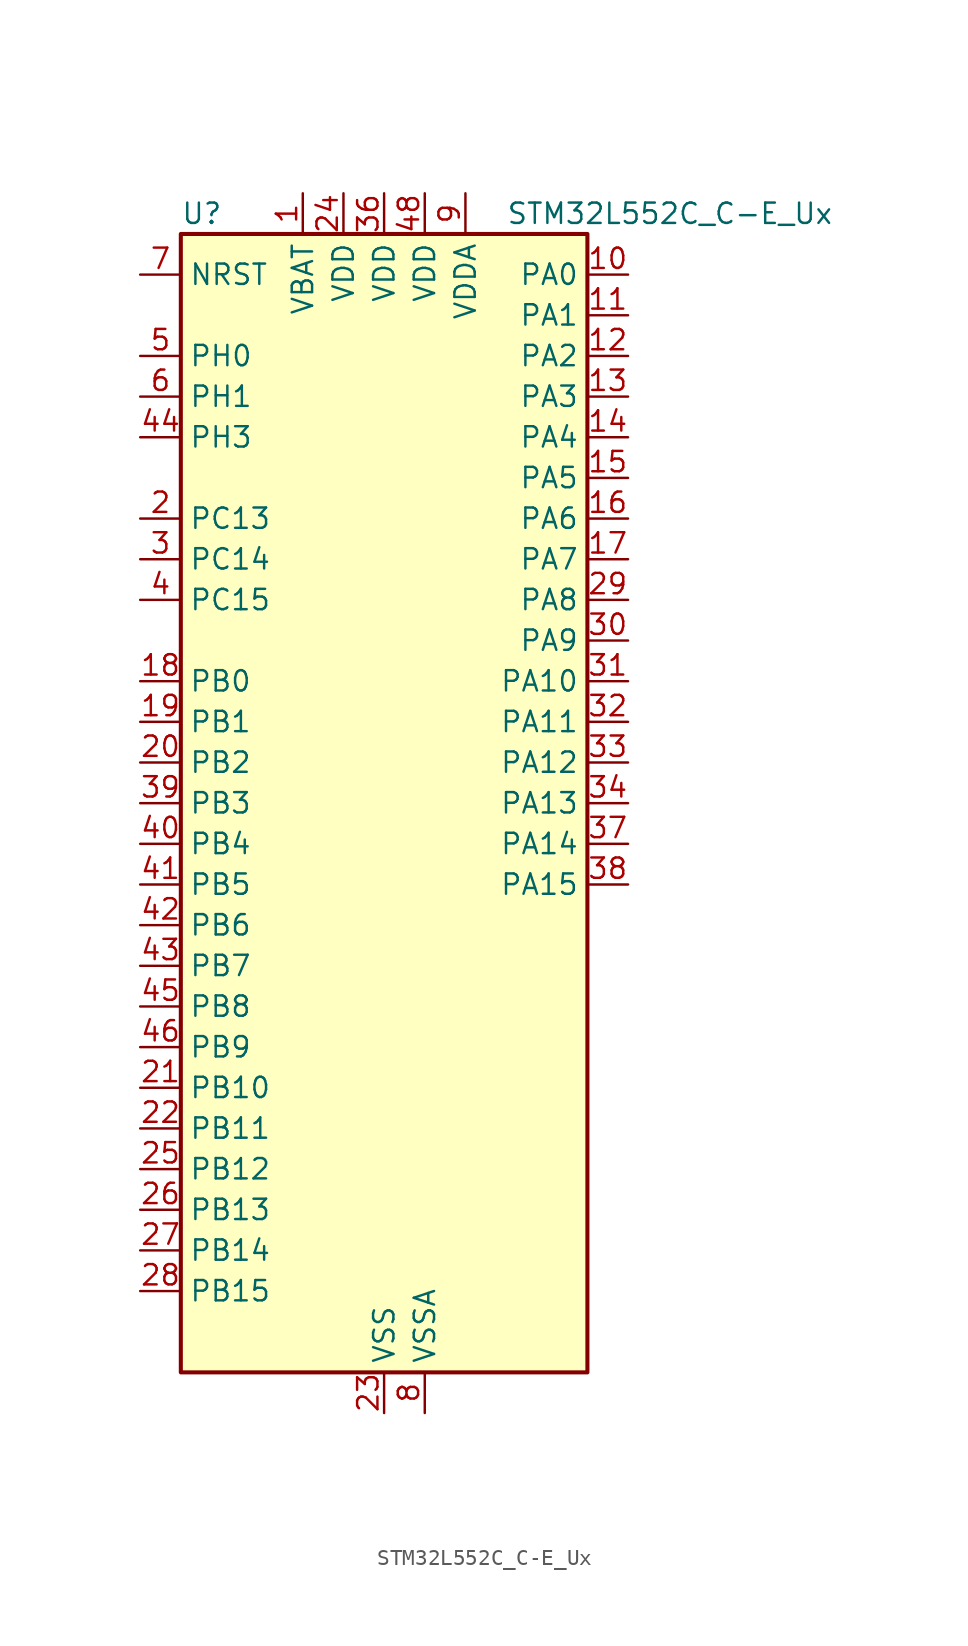
<source format=kicad_sym>
(kicad_symbol_lib
  (version 20231120)
  (generator "kicad_symbol_editor")
  (generator_version "8.0")
  (symbol "STM32L552C_C-E_Ux"
    (property "Reference" "U"
      (at -12.7 36.83 0)
      (effects (font (size 1.27 1.27)) (justify left)))
    (property "Value" "STM32L552C_C-E_Ux"
      (at 7.62 36.83 0)
      (effects (font (size 1.27 1.27)) (justify left)))
    (property "ki_locked" ""
      (at 0 0 0)
      (effects (font (size 1.27 1.27))))
    (symbol "STM32L552C_C-E_Ux_0_1"
      (rectangle (start -12.7 -35.56) (end 12.7 35.56) (stroke (width 0.254) (type default)) (fill (type background))))
    (symbol "STM32L552C_C-E_Ux_1_1"
      (pin power_in line (at -5.08 38.1 270) (length 2.54) (name "VBAT" (effects (font (size 1.27 1.27)))) (number "1" (effects (font (size 1.27 1.27)))))
      (pin bidirectional line (at 15.24 33.02 180) (length 2.54) (name "PA0" (effects (font (size 1.27 1.27)))) (number "10" (effects (font (size 1.27 1.27)))) (alternate "ADC1_IN5" bidirectional line) (alternate "ADC2_IN5" bidirectional line) (alternate "OPAMP1_VINP" bidirectional line) (alternate "PWR_WKUP1" bidirectional line) (alternate "SAI1_EXTCLK" bidirectional line) (alternate "TAMP_IN2" bidirectional line) (alternate "TAMP_OUT1" bidirectional line) (alternate "TIM2_CH1" bidirectional line) (alternate "TIM2_ETR" bidirectional line) (alternate "TIM5_CH1" bidirectional line) (alternate "TIM8_ETR" bidirectional line) (alternate "UART4_TX" bidirectional line) (alternate "USART2_CTS" bidirectional line) (alternate "USART2_NSS" bidirectional line))
      (pin bidirectional line (at 15.24 30.48 180) (length 2.54) (name "PA1" (effects (font (size 1.27 1.27)))) (number "11" (effects (font (size 1.27 1.27)))) (alternate "ADC1_IN6" bidirectional line) (alternate "ADC2_IN6" bidirectional line) (alternate "I2C1_SMBA" bidirectional line) (alternate "OCTOSPI1_DQS" bidirectional line) (alternate "OPAMP1_VINM" bidirectional line) (alternate "SPI1_SCK" bidirectional line) (alternate "TAMP_IN5" bidirectional line) (alternate "TAMP_OUT4" bidirectional line) (alternate "TIM15_CH1N" bidirectional line) (alternate "TIM2_CH2" bidirectional line) (alternate "TIM5_CH2" bidirectional line) (alternate "UART4_RX" bidirectional line) (alternate "USART2_DE" bidirectional line) (alternate "USART2_RTS" bidirectional line))
      (pin bidirectional line (at 15.24 27.94 180) (length 2.54) (name "PA2" (effects (font (size 1.27 1.27)))) (number "12" (effects (font (size 1.27 1.27)))) (alternate "ADC1_IN7" bidirectional line) (alternate "ADC2_IN7" bidirectional line) (alternate "COMP1_INP" bidirectional line) (alternate "LPUART1_TX" bidirectional line) (alternate "OCTOSPI1_NCS" bidirectional line) (alternate "PWR_WKUP4" bidirectional line) (alternate "RCC_LSCO" bidirectional line) (alternate "SAI2_EXTCLK" bidirectional line) (alternate "TIM15_CH1" bidirectional line) (alternate "TIM2_CH3" bidirectional line) (alternate "TIM5_CH3" bidirectional line) (alternate "UCPD1_FRSTX1" bidirectional line) (alternate "USART2_TX" bidirectional line))
      (pin bidirectional line (at 15.24 25.4 180) (length 2.54) (name "PA3" (effects (font (size 1.27 1.27)))) (number "13" (effects (font (size 1.27 1.27)))) (alternate "ADC1_IN8" bidirectional line) (alternate "ADC2_IN8" bidirectional line) (alternate "LPUART1_RX" bidirectional line) (alternate "OCTOSPI1_CLK" bidirectional line) (alternate "OPAMP1_VOUT" bidirectional line) (alternate "SAI1_CK1" bidirectional line) (alternate "SAI1_MCLK_A" bidirectional line) (alternate "TIM15_CH2" bidirectional line) (alternate "TIM2_CH4" bidirectional line) (alternate "TIM5_CH4" bidirectional line) (alternate "USART2_RX" bidirectional line))
      (pin bidirectional line (at 15.24 22.86 180) (length 2.54) (name "PA4" (effects (font (size 1.27 1.27)))) (number "14" (effects (font (size 1.27 1.27)))) (alternate "ADC1_IN9" bidirectional line) (alternate "ADC2_IN9" bidirectional line) (alternate "DAC1_OUT1" bidirectional line) (alternate "LPTIM2_OUT" bidirectional line) (alternate "OCTOSPI1_NCS" bidirectional line) (alternate "SAI1_FS_B" bidirectional line) (alternate "SPI1_NSS" bidirectional line) (alternate "SPI3_NSS" bidirectional line) (alternate "USART2_CK" bidirectional line))
      (pin bidirectional line (at 15.24 20.32 180) (length 2.54) (name "PA5" (effects (font (size 1.27 1.27)))) (number "15" (effects (font (size 1.27 1.27)))) (alternate "ADC1_IN10" bidirectional line) (alternate "ADC2_IN10" bidirectional line) (alternate "DAC1_OUT2" bidirectional line) (alternate "LPTIM2_ETR" bidirectional line) (alternate "SPI1_SCK" bidirectional line) (alternate "TIM2_CH1" bidirectional line) (alternate "TIM2_ETR" bidirectional line) (alternate "TIM8_CH1N" bidirectional line))
      (pin bidirectional line (at 15.24 17.78 180) (length 2.54) (name "PA6" (effects (font (size 1.27 1.27)))) (number "16" (effects (font (size 1.27 1.27)))) (alternate "ADC1_IN11" bidirectional line) (alternate "ADC2_IN11" bidirectional line) (alternate "LPUART1_CTS" bidirectional line) (alternate "OCTOSPI1_IO3" bidirectional line) (alternate "OPAMP2_VINP" bidirectional line) (alternate "SPI1_MISO" bidirectional line) (alternate "TIM16_CH1" bidirectional line) (alternate "TIM1_BKIN" bidirectional line) (alternate "TIM3_CH1" bidirectional line) (alternate "TIM8_BKIN" bidirectional line) (alternate "USART3_CTS" bidirectional line) (alternate "USART3_NSS" bidirectional line))
      (pin bidirectional line (at 15.24 15.24 180) (length 2.54) (name "PA7" (effects (font (size 1.27 1.27)))) (number "17" (effects (font (size 1.27 1.27)))) (alternate "ADC1_IN12" bidirectional line) (alternate "ADC2_IN12" bidirectional line) (alternate "I2C3_SCL" bidirectional line) (alternate "OCTOSPI1_IO2" bidirectional line) (alternate "OPAMP2_VINM" bidirectional line) (alternate "SPI1_MOSI" bidirectional line) (alternate "TIM17_CH1" bidirectional line) (alternate "TIM1_CH1N" bidirectional line) (alternate "TIM3_CH2" bidirectional line) (alternate "TIM8_CH1N" bidirectional line))
      (pin bidirectional line (at -15.24 7.62 0) (length 2.54) (name "PB0" (effects (font (size 1.27 1.27)))) (number "18" (effects (font (size 1.27 1.27)))) (alternate "ADC1_IN15" bidirectional line) (alternate "ADC2_IN15" bidirectional line) (alternate "COMP1_OUT" bidirectional line) (alternate "OCTOSPI1_IO1" bidirectional line) (alternate "OPAMP2_VOUT" bidirectional line) (alternate "SAI1_EXTCLK" bidirectional line) (alternate "SPI1_NSS" bidirectional line) (alternate "TIM1_CH2N" bidirectional line) (alternate "TIM3_CH3" bidirectional line) (alternate "TIM8_CH2N" bidirectional line) (alternate "USART3_CK" bidirectional line))
      (pin bidirectional line (at -15.24 5.08 0) (length 2.54) (name "PB1" (effects (font (size 1.27 1.27)))) (number "19" (effects (font (size 1.27 1.27)))) (alternate "ADC1_IN16" bidirectional line) (alternate "ADC2_IN16" bidirectional line) (alternate "COMP1_INM" bidirectional line) (alternate "DFSDM1_DATIN0" bidirectional line) (alternate "LPTIM2_IN1" bidirectional line) (alternate "LPUART1_DE" bidirectional line) (alternate "LPUART1_RTS" bidirectional line) (alternate "OCTOSPI1_IO0" bidirectional line) (alternate "TIM1_CH3N" bidirectional line) (alternate "TIM3_CH4" bidirectional line) (alternate "TIM8_CH3N" bidirectional line) (alternate "USART3_DE" bidirectional line) (alternate "USART3_RTS" bidirectional line))
      (pin bidirectional line (at -15.24 17.78 0) (length 2.54) (name "PC13" (effects (font (size 1.27 1.27)))) (number "2" (effects (font (size 1.27 1.27)))) (alternate "PWR_WKUP2" bidirectional line) (alternate "RTC_OUT1" bidirectional line) (alternate "RTC_TS" bidirectional line) (alternate "TAMP_IN1" bidirectional line) (alternate "TAMP_OUT2" bidirectional line))
      (pin bidirectional line (at -15.24 2.54 0) (length 2.54) (name "PB2" (effects (font (size 1.27 1.27)))) (number "20" (effects (font (size 1.27 1.27)))) (alternate "COMP1_INP" bidirectional line) (alternate "DFSDM1_CKIN0" bidirectional line) (alternate "I2C3_SMBA" bidirectional line) (alternate "LPTIM1_OUT" bidirectional line) (alternate "OCTOSPI1_DQS" bidirectional line) (alternate "RTC_OUT2" bidirectional line) (alternate "UCPD1_FRSTX1" bidirectional line))
      (pin bidirectional line (at -15.24 -17.78 0) (length 2.54) (name "PB10" (effects (font (size 1.27 1.27)))) (number "21" (effects (font (size 1.27 1.27)))) (alternate "COMP1_OUT" bidirectional line) (alternate "I2C2_SCL" bidirectional line) (alternate "I2C4_SCL" bidirectional line) (alternate "LPTIM3_OUT" bidirectional line) (alternate "LPUART1_RX" bidirectional line) (alternate "OCTOSPI1_CLK" bidirectional line) (alternate "SAI1_SCK_A" bidirectional line) (alternate "SPI2_SCK" bidirectional line) (alternate "TIM2_CH3" bidirectional line) (alternate "TSC_SYNC" bidirectional line) (alternate "USART3_TX" bidirectional line))
      (pin bidirectional line (at -15.24 -20.32 0) (length 2.54) (name "PB11" (effects (font (size 1.27 1.27)))) (number "22" (effects (font (size 1.27 1.27)))) (alternate "ADC1_EXTI11" bidirectional line) (alternate "ADC2_EXTI11" bidirectional line) (alternate "COMP2_OUT" bidirectional line) (alternate "I2C2_SDA" bidirectional line) (alternate "I2C4_SDA" bidirectional line) (alternate "LPUART1_TX" bidirectional line) (alternate "OCTOSPI1_NCS" bidirectional line) (alternate "TIM2_CH4" bidirectional line) (alternate "USART3_RX" bidirectional line))
      (pin power_in line (at 0 -38.1 90) (length 2.54) (name "VSS" (effects (font (size 1.27 1.27)))) (number "23" (effects (font (size 1.27 1.27)))))
      (pin power_in line (at -2.54 38.1 270) (length 2.54) (name "VDD" (effects (font (size 1.27 1.27)))) (number "24" (effects (font (size 1.27 1.27)))))
      (pin bidirectional line (at -15.24 -22.86 0) (length 2.54) (name "PB12" (effects (font (size 1.27 1.27)))) (number "25" (effects (font (size 1.27 1.27)))) (alternate "DFSDM1_DATIN1" bidirectional line) (alternate "I2C2_SMBA" bidirectional line) (alternate "LPUART1_DE" bidirectional line) (alternate "LPUART1_RTS" bidirectional line) (alternate "OCTOSPI1_NCLK" bidirectional line) (alternate "SAI2_FS_A" bidirectional line) (alternate "SPI2_NSS" bidirectional line) (alternate "TIM15_BKIN" bidirectional line) (alternate "TIM1_BKIN" bidirectional line) (alternate "TSC_G1_IO1" bidirectional line) (alternate "USART3_CK" bidirectional line))
      (pin bidirectional line (at -15.24 -25.4 0) (length 2.54) (name "PB13" (effects (font (size 1.27 1.27)))) (number "26" (effects (font (size 1.27 1.27)))) (alternate "DFSDM1_CKIN1" bidirectional line) (alternate "I2C2_SCL" bidirectional line) (alternate "LPTIM3_IN1" bidirectional line) (alternate "LPUART1_CTS" bidirectional line) (alternate "SAI2_SCK_A" bidirectional line) (alternate "SPI2_SCK" bidirectional line) (alternate "TIM15_CH1N" bidirectional line) (alternate "TIM1_CH1N" bidirectional line) (alternate "TSC_G1_IO2" bidirectional line) (alternate "UCPD1_FRSTX2" bidirectional line) (alternate "USART3_CTS" bidirectional line) (alternate "USART3_NSS" bidirectional line))
      (pin bidirectional line (at -15.24 -27.94 0) (length 2.54) (name "PB14" (effects (font (size 1.27 1.27)))) (number "27" (effects (font (size 1.27 1.27)))) (alternate "DFSDM1_DATIN2" bidirectional line) (alternate "I2C2_SDA" bidirectional line) (alternate "LPTIM3_ETR" bidirectional line) (alternate "SAI2_MCLK_A" bidirectional line) (alternate "SPI2_MISO" bidirectional line) (alternate "TIM15_CH1" bidirectional line) (alternate "TIM1_CH2N" bidirectional line) (alternate "TIM8_CH2N" bidirectional line) (alternate "TSC_G1_IO3" bidirectional line) (alternate "UCPD1_DBCC2" bidirectional line) (alternate "USART3_DE" bidirectional line) (alternate "USART3_RTS" bidirectional line))
      (pin bidirectional line (at -15.24 -30.48 0) (length 2.54) (name "PB15" (effects (font (size 1.27 1.27)))) (number "28" (effects (font (size 1.27 1.27)))) (alternate "ADC1_EXTI15" bidirectional line) (alternate "ADC2_EXTI15" bidirectional line) (alternate "DFSDM1_CKIN2" bidirectional line) (alternate "RTC_REFIN" bidirectional line) (alternate "SAI2_SD_A" bidirectional line) (alternate "SPI2_MOSI" bidirectional line) (alternate "TIM15_CH2" bidirectional line) (alternate "TIM1_CH3N" bidirectional line) (alternate "TIM8_CH3N" bidirectional line) (alternate "UCPD1_CC2" bidirectional line))
      (pin bidirectional line (at 15.24 12.7 180) (length 2.54) (name "PA8" (effects (font (size 1.27 1.27)))) (number "29" (effects (font (size 1.27 1.27)))) (alternate "LPTIM2_OUT" bidirectional line) (alternate "RCC_MCO" bidirectional line) (alternate "SAI1_CK2" bidirectional line) (alternate "SAI1_SCK_A" bidirectional line) (alternate "TIM1_CH1" bidirectional line) (alternate "USART1_CK" bidirectional line))
      (pin bidirectional line (at -15.24 15.24 0) (length 2.54) (name "PC14" (effects (font (size 1.27 1.27)))) (number "3" (effects (font (size 1.27 1.27)))) (alternate "RCC_OSC32_IN" bidirectional line))
      (pin bidirectional line (at 15.24 10.16 180) (length 2.54) (name "PA9" (effects (font (size 1.27 1.27)))) (number "30" (effects (font (size 1.27 1.27)))) (alternate "DAC1_EXTI9" bidirectional line) (alternate "SAI1_FS_A" bidirectional line) (alternate "SPI2_SCK" bidirectional line) (alternate "TIM15_BKIN" bidirectional line) (alternate "TIM1_CH2" bidirectional line) (alternate "USART1_TX" bidirectional line))
      (pin bidirectional line (at 15.24 7.62 180) (length 2.54) (name "PA10" (effects (font (size 1.27 1.27)))) (number "31" (effects (font (size 1.27 1.27)))) (alternate "CRS_SYNC" bidirectional line) (alternate "SAI1_D1" bidirectional line) (alternate "SAI1_SD_A" bidirectional line) (alternate "TIM17_BKIN" bidirectional line) (alternate "TIM1_CH3" bidirectional line) (alternate "USART1_RX" bidirectional line))
      (pin bidirectional line (at 15.24 5.08 180) (length 2.54) (name "PA11" (effects (font (size 1.27 1.27)))) (number "32" (effects (font (size 1.27 1.27)))) (alternate "ADC1_EXTI11" bidirectional line) (alternate "ADC2_EXTI11" bidirectional line) (alternate "FDCAN1_RX" bidirectional line) (alternate "SPI1_MISO" bidirectional line) (alternate "TIM1_BKIN2" bidirectional line) (alternate "TIM1_CH4" bidirectional line) (alternate "USART1_CTS" bidirectional line) (alternate "USART1_NSS" bidirectional line) (alternate "USB_DM" bidirectional line))
      (pin bidirectional line (at 15.24 2.54 180) (length 2.54) (name "PA12" (effects (font (size 1.27 1.27)))) (number "33" (effects (font (size 1.27 1.27)))) (alternate "FDCAN1_TX" bidirectional line) (alternate "SPI1_MOSI" bidirectional line) (alternate "TIM1_ETR" bidirectional line) (alternate "USART1_DE" bidirectional line) (alternate "USART1_RTS" bidirectional line) (alternate "USB_DP" bidirectional line))
      (pin bidirectional line (at 15.24 0 180) (length 2.54) (name "PA13" (effects (font (size 1.27 1.27)))) (number "34" (effects (font (size 1.27 1.27)))) (alternate "DEBUG_JTMS-SWDIO" bidirectional line) (alternate "IR_OUT" bidirectional line) (alternate "SAI1_SD_B" bidirectional line) (alternate "USB_NOE" bidirectional line))
      (pin passive line (at 0 -38.1 90) (length 2.54) hide (name "VSS" (effects (font (size 1.27 1.27)))) (number "35" (effects (font (size 1.27 1.27)))))
      (pin power_in line (at 0 38.1 270) (length 2.54) (name "VDD" (effects (font (size 1.27 1.27)))) (number "36" (effects (font (size 1.27 1.27)))))
      (pin bidirectional line (at 15.24 -2.54 180) (length 2.54) (name "PA14" (effects (font (size 1.27 1.27)))) (number "37" (effects (font (size 1.27 1.27)))) (alternate "DEBUG_JTCK-SWCLK" bidirectional line) (alternate "I2C1_SMBA" bidirectional line) (alternate "I2C4_SMBA" bidirectional line) (alternate "LPTIM1_OUT" bidirectional line) (alternate "SAI1_FS_B" bidirectional line))
      (pin bidirectional line (at 15.24 -5.08 180) (length 2.54) (name "PA15" (effects (font (size 1.27 1.27)))) (number "38" (effects (font (size 1.27 1.27)))) (alternate "ADC1_EXTI15" bidirectional line) (alternate "ADC2_EXTI15" bidirectional line) (alternate "DEBUG_JTDI" bidirectional line) (alternate "SAI2_FS_B" bidirectional line) (alternate "SPI1_NSS" bidirectional line) (alternate "SPI3_NSS" bidirectional line) (alternate "TIM2_CH1" bidirectional line) (alternate "TIM2_ETR" bidirectional line) (alternate "UART4_DE" bidirectional line) (alternate "UART4_RTS" bidirectional line) (alternate "UCPD1_CC1" bidirectional line) (alternate "USART2_RX" bidirectional line) (alternate "USART3_DE" bidirectional line) (alternate "USART3_RTS" bidirectional line))
      (pin bidirectional line (at -15.24 0 0) (length 2.54) (name "PB3" (effects (font (size 1.27 1.27)))) (number "39" (effects (font (size 1.27 1.27)))) (alternate "COMP2_INM" bidirectional line) (alternate "CRS_SYNC" bidirectional line) (alternate "DEBUG_JTDO-SWO" bidirectional line) (alternate "SAI1_SCK_B" bidirectional line) (alternate "SPI1_SCK" bidirectional line) (alternate "SPI3_SCK" bidirectional line) (alternate "TIM2_CH2" bidirectional line) (alternate "USART1_DE" bidirectional line) (alternate "USART1_RTS" bidirectional line))
      (pin bidirectional line (at -15.24 12.7 0) (length 2.54) (name "PC15" (effects (font (size 1.27 1.27)))) (number "4" (effects (font (size 1.27 1.27)))) (alternate "ADC1_EXTI15" bidirectional line) (alternate "ADC2_EXTI15" bidirectional line) (alternate "RCC_OSC32_OUT" bidirectional line))
      (pin bidirectional line (at -15.24 -2.54 0) (length 2.54) (name "PB4" (effects (font (size 1.27 1.27)))) (number "40" (effects (font (size 1.27 1.27)))) (alternate "COMP2_INP" bidirectional line) (alternate "DEBUG_JTRST" bidirectional line) (alternate "I2C3_SDA" bidirectional line) (alternate "SAI1_MCLK_B" bidirectional line) (alternate "SPI1_MISO" bidirectional line) (alternate "SPI3_MISO" bidirectional line) (alternate "TIM17_BKIN" bidirectional line) (alternate "TIM3_CH1" bidirectional line) (alternate "TSC_G2_IO1" bidirectional line) (alternate "USART1_CTS" bidirectional line) (alternate "USART1_NSS" bidirectional line))
      (pin bidirectional line (at -15.24 -5.08 0) (length 2.54) (name "PB5" (effects (font (size 1.27 1.27)))) (number "41" (effects (font (size 1.27 1.27)))) (alternate "COMP2_OUT" bidirectional line) (alternate "I2C1_SMBA" bidirectional line) (alternate "LPTIM1_IN1" bidirectional line) (alternate "OCTOSPI1_NCLK" bidirectional line) (alternate "SAI1_SD_B" bidirectional line) (alternate "SPI1_MOSI" bidirectional line) (alternate "SPI3_MOSI" bidirectional line) (alternate "TIM16_BKIN" bidirectional line) (alternate "TIM3_CH2" bidirectional line) (alternate "TSC_G2_IO2" bidirectional line) (alternate "UCPD1_DBCC1" bidirectional line) (alternate "USART1_CK" bidirectional line))
      (pin bidirectional line (at -15.24 -7.62 0) (length 2.54) (name "PB6" (effects (font (size 1.27 1.27)))) (number "42" (effects (font (size 1.27 1.27)))) (alternate "COMP2_INP" bidirectional line) (alternate "I2C1_SCL" bidirectional line) (alternate "I2C4_SCL" bidirectional line) (alternate "LPTIM1_ETR" bidirectional line) (alternate "SAI1_FS_B" bidirectional line) (alternate "TIM16_CH1N" bidirectional line) (alternate "TIM4_CH1" bidirectional line) (alternate "TIM8_BKIN2" bidirectional line) (alternate "TSC_G2_IO3" bidirectional line) (alternate "USART1_TX" bidirectional line))
      (pin bidirectional line (at -15.24 -10.16 0) (length 2.54) (name "PB7" (effects (font (size 1.27 1.27)))) (number "43" (effects (font (size 1.27 1.27)))) (alternate "COMP2_INM" bidirectional line) (alternate "I2C1_SDA" bidirectional line) (alternate "I2C4_SDA" bidirectional line) (alternate "LPTIM1_IN2" bidirectional line) (alternate "PWR_PVD_IN" bidirectional line) (alternate "TIM17_CH1N" bidirectional line) (alternate "TIM4_CH2" bidirectional line) (alternate "TIM8_BKIN" bidirectional line) (alternate "TSC_G2_IO4" bidirectional line) (alternate "UART4_CTS" bidirectional line) (alternate "USART1_RX" bidirectional line))
      (pin bidirectional line (at -15.24 22.86 0) (length 2.54) (name "PH3" (effects (font (size 1.27 1.27)))) (number "44" (effects (font (size 1.27 1.27)))))
      (pin bidirectional line (at -15.24 -12.7 0) (length 2.54) (name "PB8" (effects (font (size 1.27 1.27)))) (number "45" (effects (font (size 1.27 1.27)))) (alternate "DFSDM1_CKOUT" bidirectional line) (alternate "FDCAN1_RX" bidirectional line) (alternate "I2C1_SCL" bidirectional line) (alternate "SAI1_CK1" bidirectional line) (alternate "SAI1_MCLK_A" bidirectional line) (alternate "TIM16_CH1" bidirectional line) (alternate "TIM4_CH3" bidirectional line))
      (pin bidirectional line (at -15.24 -15.24 0) (length 2.54) (name "PB9" (effects (font (size 1.27 1.27)))) (number "46" (effects (font (size 1.27 1.27)))) (alternate "DAC1_EXTI9" bidirectional line) (alternate "FDCAN1_TX" bidirectional line) (alternate "I2C1_SDA" bidirectional line) (alternate "IR_OUT" bidirectional line) (alternate "SAI1_D2" bidirectional line) (alternate "SAI1_FS_A" bidirectional line) (alternate "SPI2_NSS" bidirectional line) (alternate "TIM17_CH1" bidirectional line) (alternate "TIM4_CH4" bidirectional line))
      (pin passive line (at 0 -38.1 90) (length 2.54) hide (name "VSS" (effects (font (size 1.27 1.27)))) (number "47" (effects (font (size 1.27 1.27)))))
      (pin power_in line (at 2.54 38.1 270) (length 2.54) (name "VDD" (effects (font (size 1.27 1.27)))) (number "48" (effects (font (size 1.27 1.27)))))
      (pin passive line (at 0 -38.1 90) (length 2.54) hide (name "VSS" (effects (font (size 1.27 1.27)))) (number "49" (effects (font (size 1.27 1.27)))))
      (pin bidirectional line (at -15.24 27.94 0) (length 2.54) (name "PH0" (effects (font (size 1.27 1.27)))) (number "5" (effects (font (size 1.27 1.27)))) (alternate "RCC_OSC_IN" bidirectional line))
      (pin bidirectional line (at -15.24 25.4 0) (length 2.54) (name "PH1" (effects (font (size 1.27 1.27)))) (number "6" (effects (font (size 1.27 1.27)))) (alternate "RCC_OSC_OUT" bidirectional line))
      (pin input line (at -15.24 33.02 0) (length 2.54) (name "NRST" (effects (font (size 1.27 1.27)))) (number "7" (effects (font (size 1.27 1.27)))))
      (pin power_in line (at 2.54 -38.1 90) (length 2.54) (name "VSSA" (effects (font (size 1.27 1.27)))) (number "8" (effects (font (size 1.27 1.27)))))
      (pin power_in line (at 5.08 38.1 270) (length 2.54) (name "VDDA" (effects (font (size 1.27 1.27)))) (number "9" (effects (font (size 1.27 1.27)))) (alternate "VREFBUF_OUT" bidirectional line)))))
</source>
